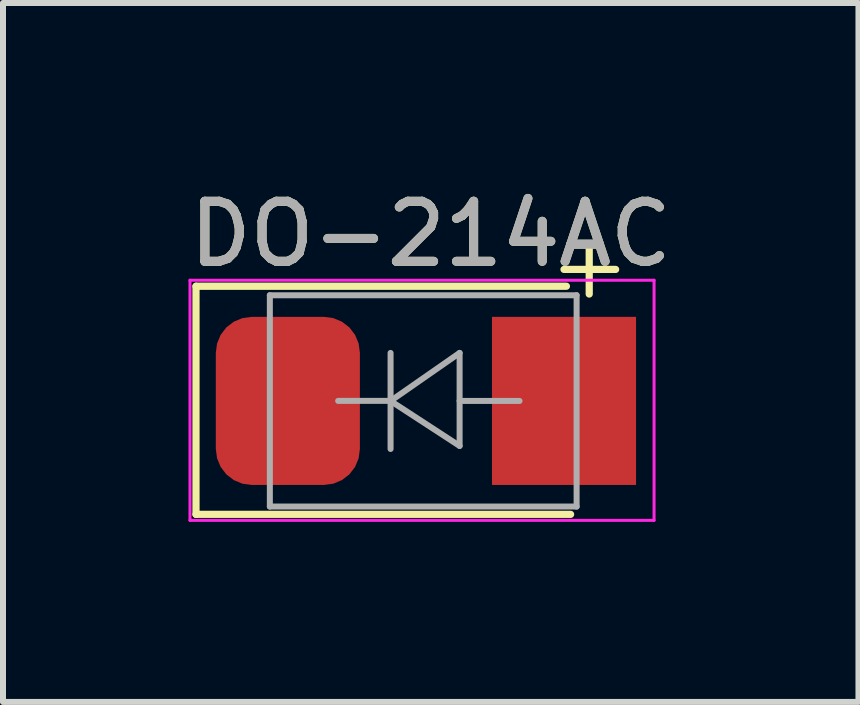
<source format=kicad_pcb>
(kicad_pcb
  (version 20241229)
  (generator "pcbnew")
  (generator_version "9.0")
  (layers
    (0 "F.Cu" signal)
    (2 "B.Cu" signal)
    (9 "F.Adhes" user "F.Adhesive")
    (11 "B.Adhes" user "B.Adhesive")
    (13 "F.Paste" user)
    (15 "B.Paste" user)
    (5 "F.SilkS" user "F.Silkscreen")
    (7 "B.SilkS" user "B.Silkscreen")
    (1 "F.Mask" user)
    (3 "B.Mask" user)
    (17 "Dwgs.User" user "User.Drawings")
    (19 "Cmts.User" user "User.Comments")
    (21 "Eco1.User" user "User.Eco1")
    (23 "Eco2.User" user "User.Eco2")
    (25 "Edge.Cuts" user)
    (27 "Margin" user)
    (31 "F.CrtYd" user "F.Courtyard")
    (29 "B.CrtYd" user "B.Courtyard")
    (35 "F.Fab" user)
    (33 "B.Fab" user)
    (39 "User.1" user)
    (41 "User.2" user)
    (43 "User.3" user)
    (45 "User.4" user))
  (footprint "DO-214AC"
    (layer "F.Cu")
    (at 4.125 3.628)
    (property "Reference" "DO-214AC" (at 0 -2.78 0) (layer "F.SilkS") (effects (font (size 1 1) (thickness 0.15))))
    (attr smd)
    (fp_line (start -3.91 -1.91) (end -3.91 1.89) (stroke (width 0.12) (type solid)) (layer "F.SilkS"))
    (fp_line (start -3.91 -1.91) (end 2.26 -1.91) (stroke (width 0.12) (type solid)) (layer "F.SilkS"))
    (fp_line (start -3.91 1.89) (end 2.33 1.89) (stroke (width 0.12) (type solid)) (layer "F.SilkS"))
    (fp_line (start 2.64 -2.58) (end 2.64 -1.78) (stroke (width 0.12) (type solid)) (layer "F.SilkS"))
    (fp_line (start 3.08 -2.19) (end 2.22 -2.19) (stroke (width 0.12) (type solid)) (layer "F.SilkS"))
    (fp_line (start -4.01 -2.01) (end 3.72 -2.01) (stroke (width 0.05) (type solid)) (layer "F.CrtYd"))
    (fp_line (start -4.01 1.99) (end -4.01 -2.01) (stroke (width 0.05) (type solid)) (layer "F.CrtYd"))
    (fp_line (start 3.72 -2.01) (end 3.72 1.99) (stroke (width 0.05) (type solid)) (layer "F.CrtYd"))
    (fp_line (start 3.72 1.99) (end -4.01 1.99) (stroke (width 0.05) (type solid)) (layer "F.CrtYd"))
    (fp_line (start -2.68 1.76) (end -2.68 -1.76) (stroke (width 0.1) (type solid)) (layer "F.Fab"))
    (fp_line (start -0.669 -0.799) (end -0.669 0.801) (stroke (width 0.1) (type solid)) (layer "F.Fab"))
    (fp_line (start -0.669 0.001) (end 0.481 -0.799) (stroke (width 0.1) (type solid)) (layer "F.Fab"))
    (fp_line (start -0.669 0.001) (end 0.481 0.75) (stroke (width 0.1) (type solid)) (layer "F.Fab"))
    (fp_line (start -0.64 0) (end -1.542 0) (stroke (width 0.1) (type solid)) (layer "F.Fab"))
    (fp_line (start 0.481 0.001) (end 1.479 0.001) (stroke (width 0.1) (type solid)) (layer "F.Fab"))
    (fp_line (start 0.481 0.75) (end 0.481 -0.799) (stroke (width 0.1) (type solid)) (layer "F.Fab"))
    (fp_line (start 2.43 -1.76) (end -2.68 -1.76) (stroke (width 0.1) (type solid)) (layer "F.Fab"))
    (fp_line (start 2.43 -1.76) (end 2.43 1.76) (stroke (width 0.1) (type solid)) (layer "F.Fab"))
    (fp_line (start 2.43 1.76) (end -2.68 1.76) (stroke (width 0.1) (type solid)) (layer "F.Fab"))
    (fp_text user "${REFERENCE}" (at 0 -2.78 0) (layer "F.Fab") (effects (font (size 1 1) (thickness 0.15))))
    (pad "1" smd roundrect (at -2.38 0) (size 2.4 2.8) (layers "F.Cu" "F.Mask" "F.Paste") (roundrect_rratio 0.25))
    (pad "2" smd rect (at 2.22 0) (size 2.4 2.8) (layers "F.Cu" "F.Mask" "F.Paste")))
  (gr_rect
    (start -3 -3)
    (end 11.25 8.643)
    (stroke (width 0.1) (type default))
    (fill no)
    (layer "Edge.Cuts")))
</source>
